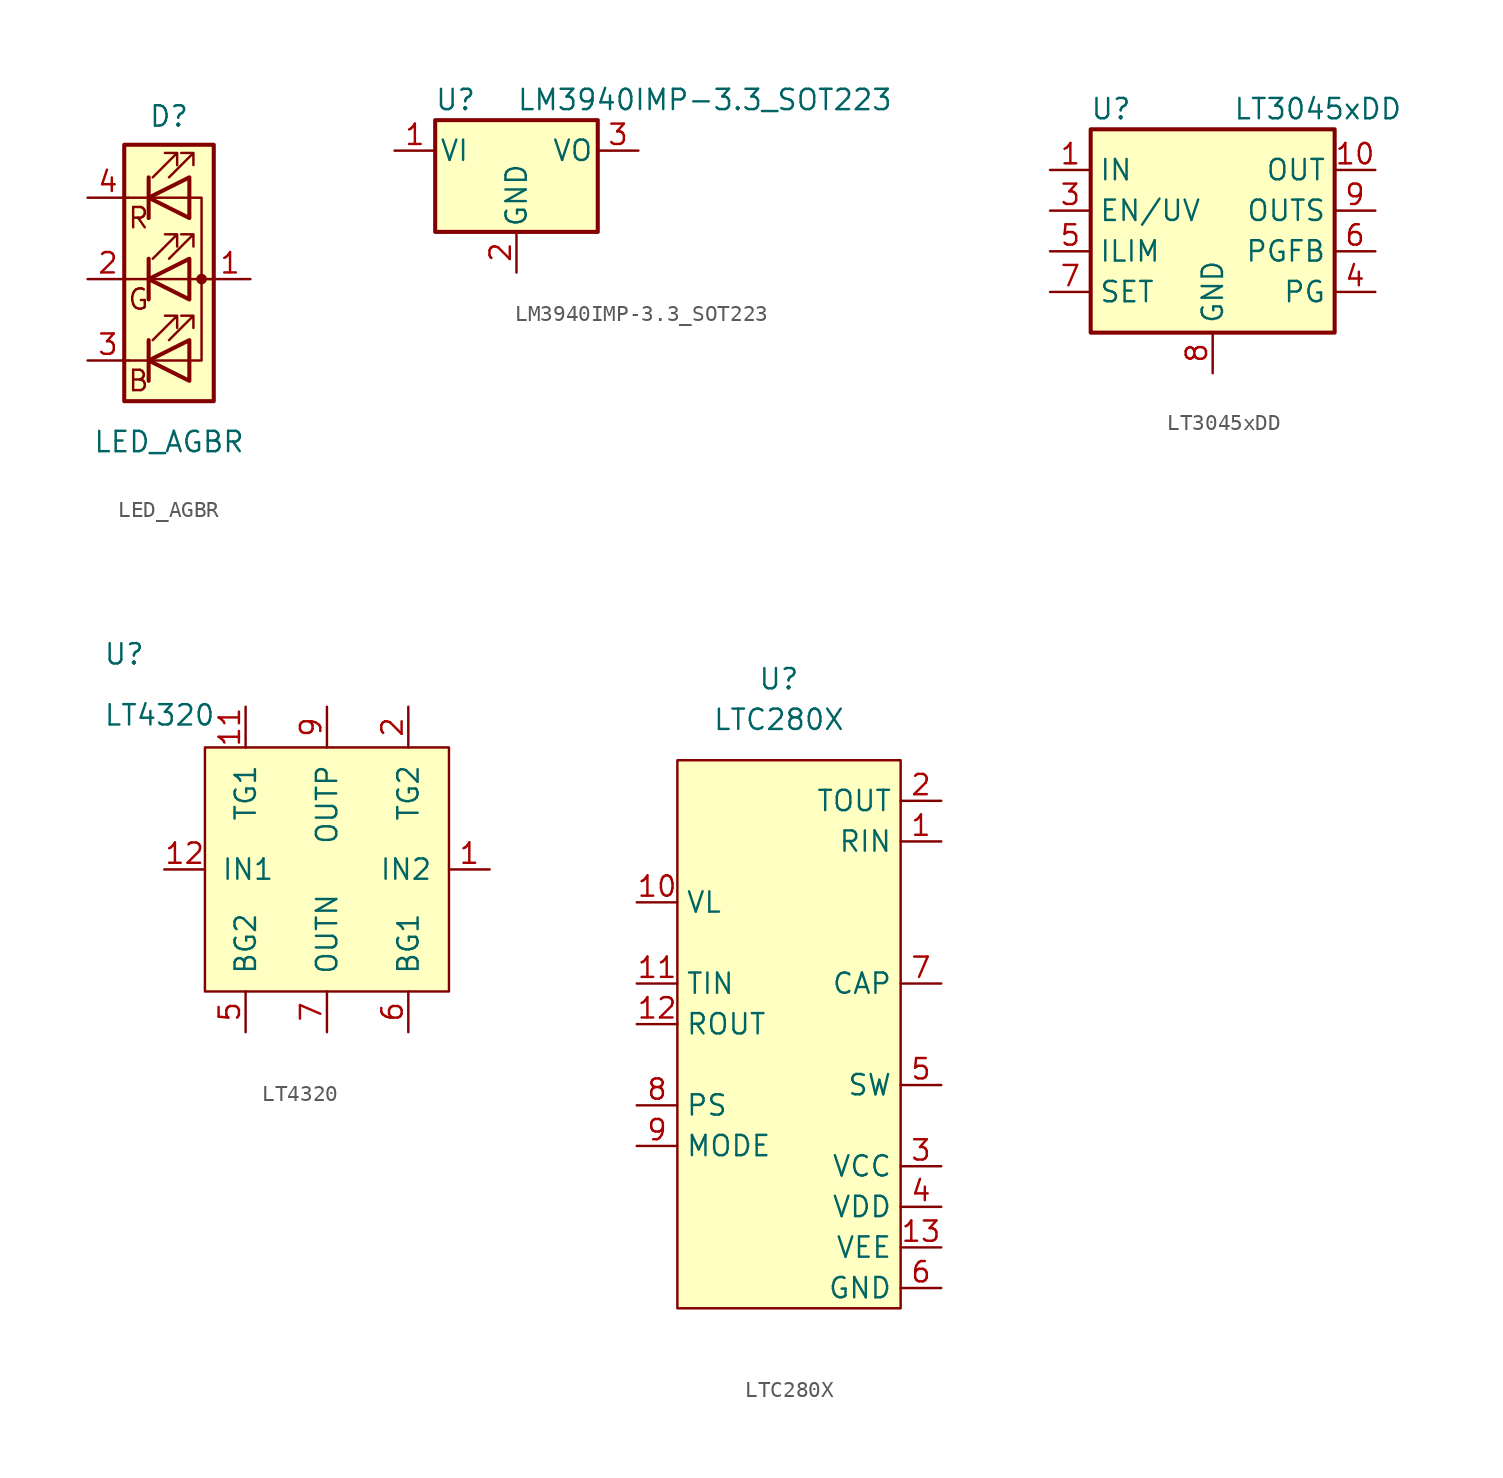
<source format=kicad_sym>
(kicad_symbol_lib
  (version 20211014)
  (generator kicad_symbol_editor)
  (symbol "ownLib:LED_AGBR"
    (pin_names
      (offset 0) hide)
    (property "Reference" "D"
      (at 0 10.16 0)
      (effects (font (size 1.27 1.27))))
    (property "Value" "LED_AGBR"
      (at 0 -10.16 0)
      (effects (font (size 1.27 1.27))))
    (symbol "LED_AGBR_1_0"
      (text "B" (at -1.905 -6.35 0) (effects (font (size 1.27 1.27))))
      (text "G" (at -1.905 -1.27 0) (effects (font (size 1.27 1.27))))
      (text "R" (at -1.905 3.81 0) (effects (font (size 1.27 1.27)))))
    (symbol "LED_AGBR_1_1"
      (polyline (pts (xy -2.54 -5.08) (xy 1.27 -5.08)) (stroke (width 0) (type default) (color 0 0 0 0)) (fill (type none)))
      (polyline (pts (xy -1.27 -3.81) (xy -1.27 -6.35)) (stroke (width 0.254) (type default) (color 0 0 0 0)) (fill (type none)))
      (polyline (pts (xy -1.27 1.27) (xy -1.27 -1.27)) (stroke (width 0.254) (type default) (color 0 0 0 0)) (fill (type none)))
      (polyline (pts (xy -1.27 6.35) (xy -1.27 3.81)) (stroke (width 0.254) (type default) (color 0 0 0 0)) (fill (type none)))
      (polyline (pts (xy 1.27 5.08) (xy -2.54 5.08)) (stroke (width 0) (type default) (color 0 0 0 0)) (fill (type none)))
      (polyline (pts (xy 2.54 0) (xy -2.54 0)) (stroke (width 0) (type default) (color 0 0 0 0)) (fill (type none)))
      (polyline (pts (xy 1.27 -5.08) (xy 2.032 -5.08) (xy 2.032 5.08) (xy 1.27 5.08)) (stroke (width 0) (type default) (color 0 0 0 0)) (fill (type none)))
      (polyline (pts (xy 1.27 -3.81) (xy 1.27 -6.35) (xy -1.27 -5.08) (xy 1.27 -3.81)) (stroke (width 0.254) (type default) (color 0 0 0 0)) (fill (type none)))
      (polyline (pts (xy 1.27 1.27) (xy 1.27 -1.27) (xy -1.27 0) (xy 1.27 1.27)) (stroke (width 0.254) (type default) (color 0 0 0 0)) (fill (type none)))
      (polyline (pts (xy 1.27 6.35) (xy 1.27 3.81) (xy -1.27 5.08) (xy 1.27 6.35)) (stroke (width 0.254) (type default) (color 0 0 0 0)) (fill (type none)))
      (polyline (pts (xy -1.016 -3.81) (xy 0.508 -2.286) (xy -0.254 -2.286) (xy 0.508 -2.286) (xy 0.508 -3.048)) (stroke (width 0) (type default) (color 0 0 0 0)) (fill (type none)))
      (polyline (pts (xy -1.016 1.27) (xy 0.508 2.794) (xy -0.254 2.794) (xy 0.508 2.794) (xy 0.508 2.032)) (stroke (width 0) (type default) (color 0 0 0 0)) (fill (type none)))
      (polyline (pts (xy -1.016 6.35) (xy 0.508 7.874) (xy -0.254 7.874) (xy 0.508 7.874) (xy 0.508 7.112)) (stroke (width 0) (type default) (color 0 0 0 0)) (fill (type none)))
      (polyline (pts (xy 0 -3.81) (xy 1.524 -2.286) (xy 0.762 -2.286) (xy 1.524 -2.286) (xy 1.524 -3.048)) (stroke (width 0) (type default) (color 0 0 0 0)) (fill (type none)))
      (polyline (pts (xy 0 1.27) (xy 1.524 2.794) (xy 0.762 2.794) (xy 1.524 2.794) (xy 1.524 2.032)) (stroke (width 0) (type default) (color 0 0 0 0)) (fill (type none)))
      (polyline (pts (xy 0 6.35) (xy 1.524 7.874) (xy 0.762 7.874) (xy 1.524 7.874) (xy 1.524 7.112)) (stroke (width 0) (type default) (color 0 0 0 0)) (fill (type none)))
      (rectangle (start 1.27 6.35) (end 1.27 6.35) (stroke (width 0) (type default) (color 0 0 0 0)) (fill (type none)))
      (circle (center 2.032 0) (radius 0.254) (stroke (width 0) (type default) (color 0 0 0 0)) (fill (type outline)))
      (rectangle (start 2.794 8.382) (end -2.794 -7.62) (stroke (width 0.254) (type default) (color 0 0 0 0)) (fill (type background)))
      (pin passive line (at 5.08 0 180) (length 2.54) (name "A" (effects (font (size 1.27 1.27)))) (number "1" (effects (font (size 1.27 1.27)))))
      (pin passive line (at -5.08 0 0) (length 2.54) (name "GK" (effects (font (size 1.27 1.27)))) (number "2" (effects (font (size 1.27 1.27)))))
      (pin passive line (at -5.08 -5.08 0) (length 2.54) (name "BK" (effects (font (size 1.27 1.27)))) (number "3" (effects (font (size 1.27 1.27)))))
      (pin passive line (at -5.08 5.08 0) (length 2.54) (name "RK" (effects (font (size 1.27 1.27)))) (number "4" (effects (font (size 1.27 1.27)))))))
  (symbol "ownLib:LM3940IMP-3.3_SOT223"
    (pin_names
      (offset 0.254))
    (property "Reference" "U"
      (at -3.81 3.175 0)
      (effects (font (size 1.27 1.27))))
    (property "Value" "LM3940IMP-3.3_SOT223"
      (at 0 3.175 0)
      (effects (font (size 1.27 1.27)) (justify left)))
    (symbol "LM3940IMP-3.3_SOT223_0_1"
      (rectangle (start -5.08 -5.08) (end 5.08 1.905) (stroke (width 0.254) (type default) (color 0 0 0 0)) (fill (type background))))
    (symbol "LM3940IMP-3.3_SOT223_1_1"
      (pin power_in line (at -7.62 0 0) (length 2.54) (name "VI" (effects (font (size 1.27 1.27)))) (number "1" (effects (font (size 1.27 1.27)))))
      (pin power_in line (at 0 -7.62 90) (length 2.54) (name "GND" (effects (font (size 1.27 1.27)))) (number "2" (effects (font (size 1.27 1.27)))))
      (pin power_out line (at 7.62 0 180) (length 2.54) (name "VO" (effects (font (size 1.27 1.27)))) (number "3" (effects (font (size 1.27 1.27)))))))
  (symbol "ownLib:LT3045xDD"
    (property "Reference" "U"
      (at -6.35 6.35 0)
      (effects (font (size 1.27 1.27))))
    (property "Value" "LT3045xDD"
      (at 1.27 6.35 0)
      (effects (font (size 1.27 1.27)) (justify left)))
    (symbol "LT3045xDD_0_1"
      (rectangle (start -7.62 5.08) (end 7.62 -7.62) (stroke (width 0.254) (type default) (color 0 0 0 0)) (fill (type background))))
    (symbol "LT3045xDD_1_1"
      (pin power_in line (at -10.16 2.54 0) (length 2.54) (name "IN" (effects (font (size 1.27 1.27)))) (number "1" (effects (font (size 1.27 1.27)))))
      (pin power_out line (at 10.16 2.54 180) (length 2.54) (name "OUT" (effects (font (size 1.27 1.27)))) (number "10" (effects (font (size 1.27 1.27)))))
      (pin passive line (at 0 -10.16 90) (length 2.54) hide (name "GND" (effects (font (size 1.27 1.27)))) (number "11" (effects (font (size 1.27 1.27)))))
      (pin passive line (at -10.16 2.54 0) (length 2.54) hide (name "IN" (effects (font (size 1.27 1.27)))) (number "2" (effects (font (size 1.27 1.27)))))
      (pin input line (at -10.16 0 0) (length 2.54) (name "EN/UV" (effects (font (size 1.27 1.27)))) (number "3" (effects (font (size 1.27 1.27)))))
      (pin open_collector line (at 10.16 -5.08 180) (length 2.54) (name "PG" (effects (font (size 1.27 1.27)))) (number "4" (effects (font (size 1.27 1.27)))))
      (pin passive line (at -10.16 -2.54 0) (length 2.54) (name "ILIM" (effects (font (size 1.27 1.27)))) (number "5" (effects (font (size 1.27 1.27)))))
      (pin input line (at 10.16 -2.54 180) (length 2.54) (name "PGFB" (effects (font (size 1.27 1.27)))) (number "6" (effects (font (size 1.27 1.27)))))
      (pin passive line (at -10.16 -5.08 0) (length 2.54) (name "SET" (effects (font (size 1.27 1.27)))) (number "7" (effects (font (size 1.27 1.27)))))
      (pin power_in line (at 0 -10.16 90) (length 2.54) (name "GND" (effects (font (size 1.27 1.27)))) (number "8" (effects (font (size 1.27 1.27)))))
      (pin input line (at 10.16 0 180) (length 2.54) (name "OUTS" (effects (font (size 1.27 1.27)))) (number "9" (effects (font (size 1.27 1.27)))))))
  (symbol "ownLib:LT4320"
    (pin_names
      (offset 1.016))
    (property "Reference" "U"
      (at -13.97 12.7 0)
      (effects (font (size 1.27 1.27)) (justify left bottom)))
    (property "Value" "LT4320"
      (at -13.97 8.89 0)
      (effects (font (size 1.27 1.27)) (justify left bottom)))
    (symbol "LT4320_0_1"
      (rectangle (start 7.62 7.62) (end -7.62 -7.62) (stroke (width 0) (type default) (color 0 0 0 0)) (fill (type background))))
    (symbol "LT4320_1_1"
      (pin power_in line (at 10.16 0 180) (length 2.54) (name "IN2" (effects (font (size 1.27 1.27)))) (number "1" (effects (font (size 1.27 1.27)))))
      (pin output line (at -5.08 10.16 270) (length 2.54) (name "TG1" (effects (font (size 1.27 1.27)))) (number "11" (effects (font (size 1.27 1.27)))))
      (pin power_in line (at -10.16 0 0) (length 2.54) (name "IN1" (effects (font (size 1.27 1.27)))) (number "12" (effects (font (size 1.27 1.27)))))
      (pin passive line (at 0 -10.16 90) (length 2.54) hide (name "OUTN" (effects (font (size 1.27 1.27)))) (number "13" (effects (font (size 1.27 1.27)))))
      (pin output line (at 5.08 10.16 270) (length 2.54) (name "TG2" (effects (font (size 1.27 1.27)))) (number "2" (effects (font (size 1.27 1.27)))))
      (pin output line (at -5.08 -10.16 90) (length 2.54) (name "BG2" (effects (font (size 1.27 1.27)))) (number "5" (effects (font (size 1.27 1.27)))))
      (pin output line (at 5.08 -10.16 90) (length 2.54) (name "BG1" (effects (font (size 1.27 1.27)))) (number "6" (effects (font (size 1.27 1.27)))))
      (pin power_out line (at 0 -10.16 90) (length 2.54) (name "OUTN" (effects (font (size 1.27 1.27)))) (number "7" (effects (font (size 1.27 1.27)))))
      (pin power_out line (at 0 10.16 270) (length 2.54) (name "OUTP" (effects (font (size 1.27 1.27)))) (number "9" (effects (font (size 1.27 1.27)))))))
  (symbol "ownLib:LTC280X"
    (property "Reference" "U"
      (at -1.27 21.59 0)
      (effects (font (size 1.27 1.27))))
    (property "Value" "LTC280X"
      (at -1.27 19.05 0)
      (effects (font (size 1.27 1.27))))
    (symbol "LTC280X_0_0"
      (pin input line (at 8.89 11.43 180) (length 2.54) (name "RIN" (effects (font (size 1.27 1.27)))) (number "1" (effects (font (size 1.27 1.27)))))
      (pin power_in line (at -10.16 7.62 0) (length 2.54) (name "VL" (effects (font (size 1.27 1.27)))) (number "10" (effects (font (size 1.27 1.27)))))
      (pin input line (at -10.16 2.54 0) (length 2.54) (name "TIN" (effects (font (size 1.27 1.27)))) (number "11" (effects (font (size 1.27 1.27)))))
      (pin output line (at -10.16 0 0) (length 2.54) (name "ROUT" (effects (font (size 1.27 1.27)))) (number "12" (effects (font (size 1.27 1.27)))))
      (pin power_out line (at 8.89 -13.97 180) (length 2.54) (name "VEE" (effects (font (size 1.27 1.27)))) (number "13" (effects (font (size 1.27 1.27)))))
      (pin output line (at 8.89 13.97 180) (length 2.54) (name "TOUT" (effects (font (size 1.27 1.27)))) (number "2" (effects (font (size 1.27 1.27)))))
      (pin power_in line (at 8.89 -8.89 180) (length 2.54) (name "VCC" (effects (font (size 1.27 1.27)))) (number "3" (effects (font (size 1.27 1.27)))))
      (pin power_out line (at 8.89 -11.43 180) (length 2.54) (name "VDD" (effects (font (size 1.27 1.27)))) (number "4" (effects (font (size 1.27 1.27)))))
      (pin passive line (at 8.89 -3.81 180) (length 2.54) (name "SW" (effects (font (size 1.27 1.27)))) (number "5" (effects (font (size 1.27 1.27)))))
      (pin power_in line (at 8.89 -16.51 180) (length 2.54) (name "GND" (effects (font (size 1.27 1.27)))) (number "6" (effects (font (size 1.27 1.27)))))
      (pin passive line (at 8.89 2.54 180) (length 2.54) (name "CAP" (effects (font (size 1.27 1.27)))) (number "7" (effects (font (size 1.27 1.27)))))
      (pin passive line (at -10.16 -5.08 0) (length 2.54) (name "PS" (effects (font (size 1.27 1.27)))) (number "8" (effects (font (size 1.27 1.27)))))
      (pin input line (at -10.16 -7.62 0) (length 2.54) (name "MODE" (effects (font (size 1.27 1.27)))) (number "9" (effects (font (size 1.27 1.27))))))
    (symbol "LTC280X_0_1"
      (rectangle (start -7.62 16.51) (end 6.35 -17.78) (stroke (width 0.152) (type default) (color 0 0 0 0)) (fill (type background))))))
</source>
